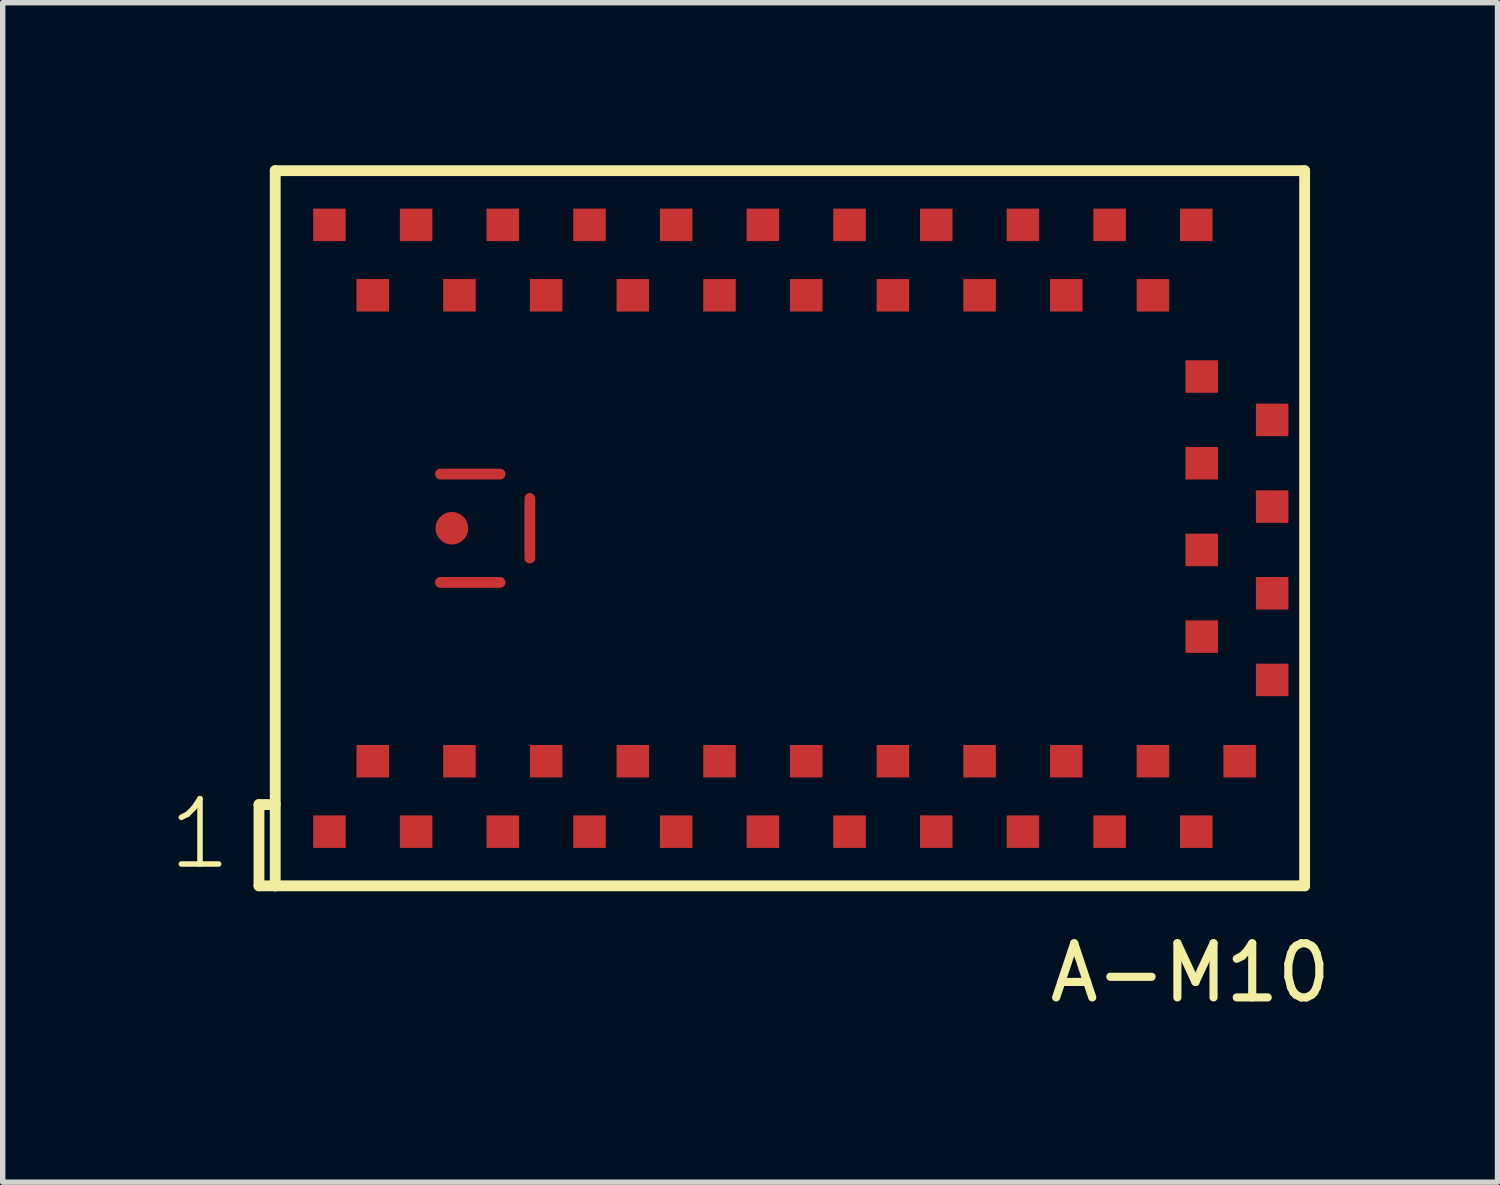
<source format=kicad_pcb>
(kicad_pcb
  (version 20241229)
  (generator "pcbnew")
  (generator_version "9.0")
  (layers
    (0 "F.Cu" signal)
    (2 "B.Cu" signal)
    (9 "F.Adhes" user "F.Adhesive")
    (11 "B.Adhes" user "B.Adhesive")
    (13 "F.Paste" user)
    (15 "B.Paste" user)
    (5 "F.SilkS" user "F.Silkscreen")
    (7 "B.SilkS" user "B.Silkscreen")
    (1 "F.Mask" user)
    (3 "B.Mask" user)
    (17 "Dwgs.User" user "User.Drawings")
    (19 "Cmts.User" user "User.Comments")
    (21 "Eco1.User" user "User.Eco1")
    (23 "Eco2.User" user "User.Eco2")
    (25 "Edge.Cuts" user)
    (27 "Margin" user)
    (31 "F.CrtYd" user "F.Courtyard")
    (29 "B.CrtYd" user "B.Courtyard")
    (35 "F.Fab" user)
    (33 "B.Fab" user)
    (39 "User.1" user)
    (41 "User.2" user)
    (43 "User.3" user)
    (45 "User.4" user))
  (footprint "A-M10"
    (layer "F.Cu")
    (at 11.43 6.7)
    (property "Reference" "A-M10" (at 10.16 7.62 0) (layer "F.SilkS") (effects (font (size 1 1) (thickness 0.15)) (justify right top)))
    (attr through_hole)
    (fp_line (start -9.7 5.1) (end -9.7 6.6) (stroke (width 0.2) (type solid)) (layer "F.SilkS"))
    (fp_line (start -9.7 6.6) (end -9.4 6.6) (stroke (width 0.2) (type solid)) (layer "F.SilkS"))
    (fp_line (start -9.4 -6.6) (end -9.4 6.6) (stroke (width 0.2) (type solid)) (layer "F.SilkS"))
    (fp_line (start -9.4 5.1) (end -9.7 5.1) (stroke (width 0.2) (type solid)) (layer "F.SilkS"))
    (fp_line (start -9.4 6.6) (end 9.6 6.6) (stroke (width 0.2) (type solid)) (layer "F.SilkS"))
    (fp_line (start 9.6 -6.6) (end -9.4 -6.6) (stroke (width 0.2) (type solid)) (layer "F.SilkS"))
    (fp_line (start 9.6 6.6) (end 9.6 -6.6) (stroke (width 0.2) (type solid)) (layer "F.SilkS"))
    (fp_text user "1" (at -11.43 6.35 0) (layer "F.SilkS") (effects (font (size 1.206 1.206) (thickness 0.102)) (justify left bottom)))
    (pad "1" smd rect (at -8.4 5.6 90) (size 0.6 0.6) (layers "F.Cu" "F.Mask" "F.Paste"))
    (pad "2" smd rect (at -7.6 4.3 90) (size 0.6 0.6) (layers "F.Cu" "F.Mask" "F.Paste"))
    (pad "3" smd rect (at -6.8 5.6 90) (size 0.6 0.6) (layers "F.Cu" "F.Mask" "F.Paste"))
    (pad "4" smd rect (at -6 4.3 90) (size 0.6 0.6) (layers "F.Cu" "F.Mask" "F.Paste"))
    (pad "5" smd rect (at -5.2 5.6 90) (size 0.6 0.6) (layers "F.Cu" "F.Mask" "F.Paste"))
    (pad "6" smd rect (at -4.4 4.3 90) (size 0.6 0.6) (layers "F.Cu" "F.Mask" "F.Paste"))
    (pad "7" smd rect (at -3.6 5.6 90) (size 0.6 0.6) (layers "F.Cu" "F.Mask" "F.Paste"))
    (pad "8" smd rect (at -2.8 4.3 90) (size 0.6 0.6) (layers "F.Cu" "F.Mask" "F.Paste"))
    (pad "9" smd rect (at -2 5.6 90) (size 0.6 0.6) (layers "F.Cu" "F.Mask" "F.Paste"))
    (pad "10" smd rect (at -1.2 4.3 90) (size 0.6 0.6) (layers "F.Cu" "F.Mask" "F.Paste"))
    (pad "11" smd rect (at -0.4 5.6 90) (size 0.6 0.6) (layers "F.Cu" "F.Mask" "F.Paste"))
    (pad "12" smd rect (at 0.4 4.3 90) (size 0.6 0.6) (layers "F.Cu" "F.Mask" "F.Paste"))
    (pad "13" smd rect (at 1.2 5.6 90) (size 0.6 0.6) (layers "F.Cu" "F.Mask" "F.Paste"))
    (pad "14" smd rect (at 2 4.3 90) (size 0.6 0.6) (layers "F.Cu" "F.Mask" "F.Paste"))
    (pad "15" smd rect (at 2.8 5.6 90) (size 0.6 0.6) (layers "F.Cu" "F.Mask" "F.Paste"))
    (pad "16" smd rect (at 3.6 4.3 90) (size 0.6 0.6) (layers "F.Cu" "F.Mask" "F.Paste"))
    (pad "17" smd rect (at 4.4 5.6 90) (size 0.6 0.6) (layers "F.Cu" "F.Mask" "F.Paste"))
    (pad "18" smd rect (at 5.2 4.3 90) (size 0.6 0.6) (layers "F.Cu" "F.Mask" "F.Paste"))
    (pad "19" smd rect (at 6 5.6 90) (size 0.6 0.6) (layers "F.Cu" "F.Mask" "F.Paste"))
    (pad "20" smd rect (at 6.8 4.3 90) (size 0.6 0.6) (layers "F.Cu" "F.Mask" "F.Paste"))
    (pad "21" smd rect (at 7.6 5.6 90) (size 0.6 0.6) (layers "F.Cu" "F.Mask" "F.Paste"))
    (pad "22" smd rect (at 8.4 4.3 90) (size 0.6 0.6) (layers "F.Cu" "F.Mask" "F.Paste"))
    (pad "23" smd rect (at 9 2.8 90) (size 0.6 0.6) (layers "F.Cu" "F.Mask" "F.Paste"))
    (pad "24" smd rect (at 7.7 2 90) (size 0.6 0.6) (layers "F.Cu" "F.Mask" "F.Paste"))
    (pad "25" smd rect (at 9 1.2 90) (size 0.6 0.6) (layers "F.Cu" "F.Mask" "F.Paste"))
    (pad "26" smd rect (at 7.7 0.4 90) (size 0.6 0.6) (layers "F.Cu" "F.Mask" "F.Paste"))
    (pad "27" smd rect (at 9 -0.4 90) (size 0.6 0.6) (layers "F.Cu" "F.Mask" "F.Paste"))
    (pad "28" smd rect (at 7.7 -1.2 90) (size 0.6 0.6) (layers "F.Cu" "F.Mask" "F.Paste"))
    (pad "29" smd rect (at 9 -2 90) (size 0.6 0.6) (layers "F.Cu" "F.Mask" "F.Paste"))
    (pad "30" smd rect (at 7.7 -2.8 90) (size 0.6 0.6) (layers "F.Cu" "F.Mask" "F.Paste"))
    (pad "31" smd rect (at 7.6 -5.6 90) (size 0.6 0.6) (layers "F.Cu" "F.Mask" "F.Paste"))
    (pad "32" smd rect (at 6.8 -4.3 90) (size 0.6 0.6) (layers "F.Cu" "F.Mask" "F.Paste"))
    (pad "33" smd rect (at 6 -5.6 90) (size 0.6 0.6) (layers "F.Cu" "F.Mask" "F.Paste"))
    (pad "34" smd rect (at 5.2 -4.3 90) (size 0.6 0.6) (layers "F.Cu" "F.Mask" "F.Paste"))
    (pad "35" smd rect (at 4.4 -5.6 90) (size 0.6 0.6) (layers "F.Cu" "F.Mask" "F.Paste"))
    (pad "36" smd rect (at 3.6 -4.3 90) (size 0.6 0.6) (layers "F.Cu" "F.Mask" "F.Paste"))
    (pad "37" smd rect (at 2.8 -5.6 90) (size 0.6 0.6) (layers "F.Cu" "F.Mask" "F.Paste"))
    (pad "38" smd rect (at 2 -4.3 90) (size 0.6 0.6) (layers "F.Cu" "F.Mask" "F.Paste"))
    (pad "39" smd rect (at 1.2 -5.6 90) (size 0.6 0.6) (layers "F.Cu" "F.Mask" "F.Paste"))
    (pad "40" smd rect (at 0.4 -4.3 90) (size 0.6 0.6) (layers "F.Cu" "F.Mask" "F.Paste"))
    (pad "41" smd rect (at -0.4 -5.6 90) (size 0.6 0.6) (layers "F.Cu" "F.Mask" "F.Paste"))
    (pad "42" smd rect (at -1.2 -4.3 90) (size 0.6 0.6) (layers "F.Cu" "F.Mask" "F.Paste"))
    (pad "43" smd rect (at -2 -5.6 90) (size 0.6 0.6) (layers "F.Cu" "F.Mask" "F.Paste"))
    (pad "44" smd rect (at -2.8 -4.3 90) (size 0.6 0.6) (layers "F.Cu" "F.Mask" "F.Paste"))
    (pad "45" smd rect (at -3.6 -5.6 90) (size 0.6 0.6) (layers "F.Cu" "F.Mask" "F.Paste"))
    (pad "46" smd rect (at -4.4 -4.3 90) (size 0.6 0.6) (layers "F.Cu" "F.Mask" "F.Paste"))
    (pad "47" smd rect (at -5.2 -5.6 90) (size 0.6 0.6) (layers "F.Cu" "F.Mask" "F.Paste"))
    (pad "48" smd rect (at -6 -4.3 90) (size 0.6 0.6) (layers "F.Cu" "F.Mask" "F.Paste"))
    (pad "49" smd rect (at -6.8 -5.6 90) (size 0.6 0.6) (layers "F.Cu" "F.Mask" "F.Paste"))
    (pad "50" smd rect (at -7.6 -4.3 90) (size 0.6 0.6) (layers "F.Cu" "F.Mask" "F.Paste"))
    (pad "51" smd rect (at -8.4 -5.6 90) (size 0.6 0.6) (layers "F.Cu" "F.Mask" "F.Paste"))
    (pad "52" smd oval (at -5.8 -1) (size 1.3 0.2) (layers "F.Cu" "F.Mask" "F.Paste"))
    (pad "53" smd circle (at -6.14 0) (size 0.6 0.6) (layers "F.Cu" "F.Mask" "F.Paste"))
    (pad "54" smd oval (at -5.8 1) (size 1.3 0.2) (layers "F.Cu" "F.Mask" "F.Paste"))
    (pad "55" smd oval (at -4.7 0 90) (size 1.3 0.2) (layers "F.Cu" "F.Mask" "F.Paste")))
  (gr_rect
    (start -3 -3)
    (end 24.59 18.77)
    (stroke (width 0.1) (type default))
    (fill no)
    (layer "Edge.Cuts")))
</source>
